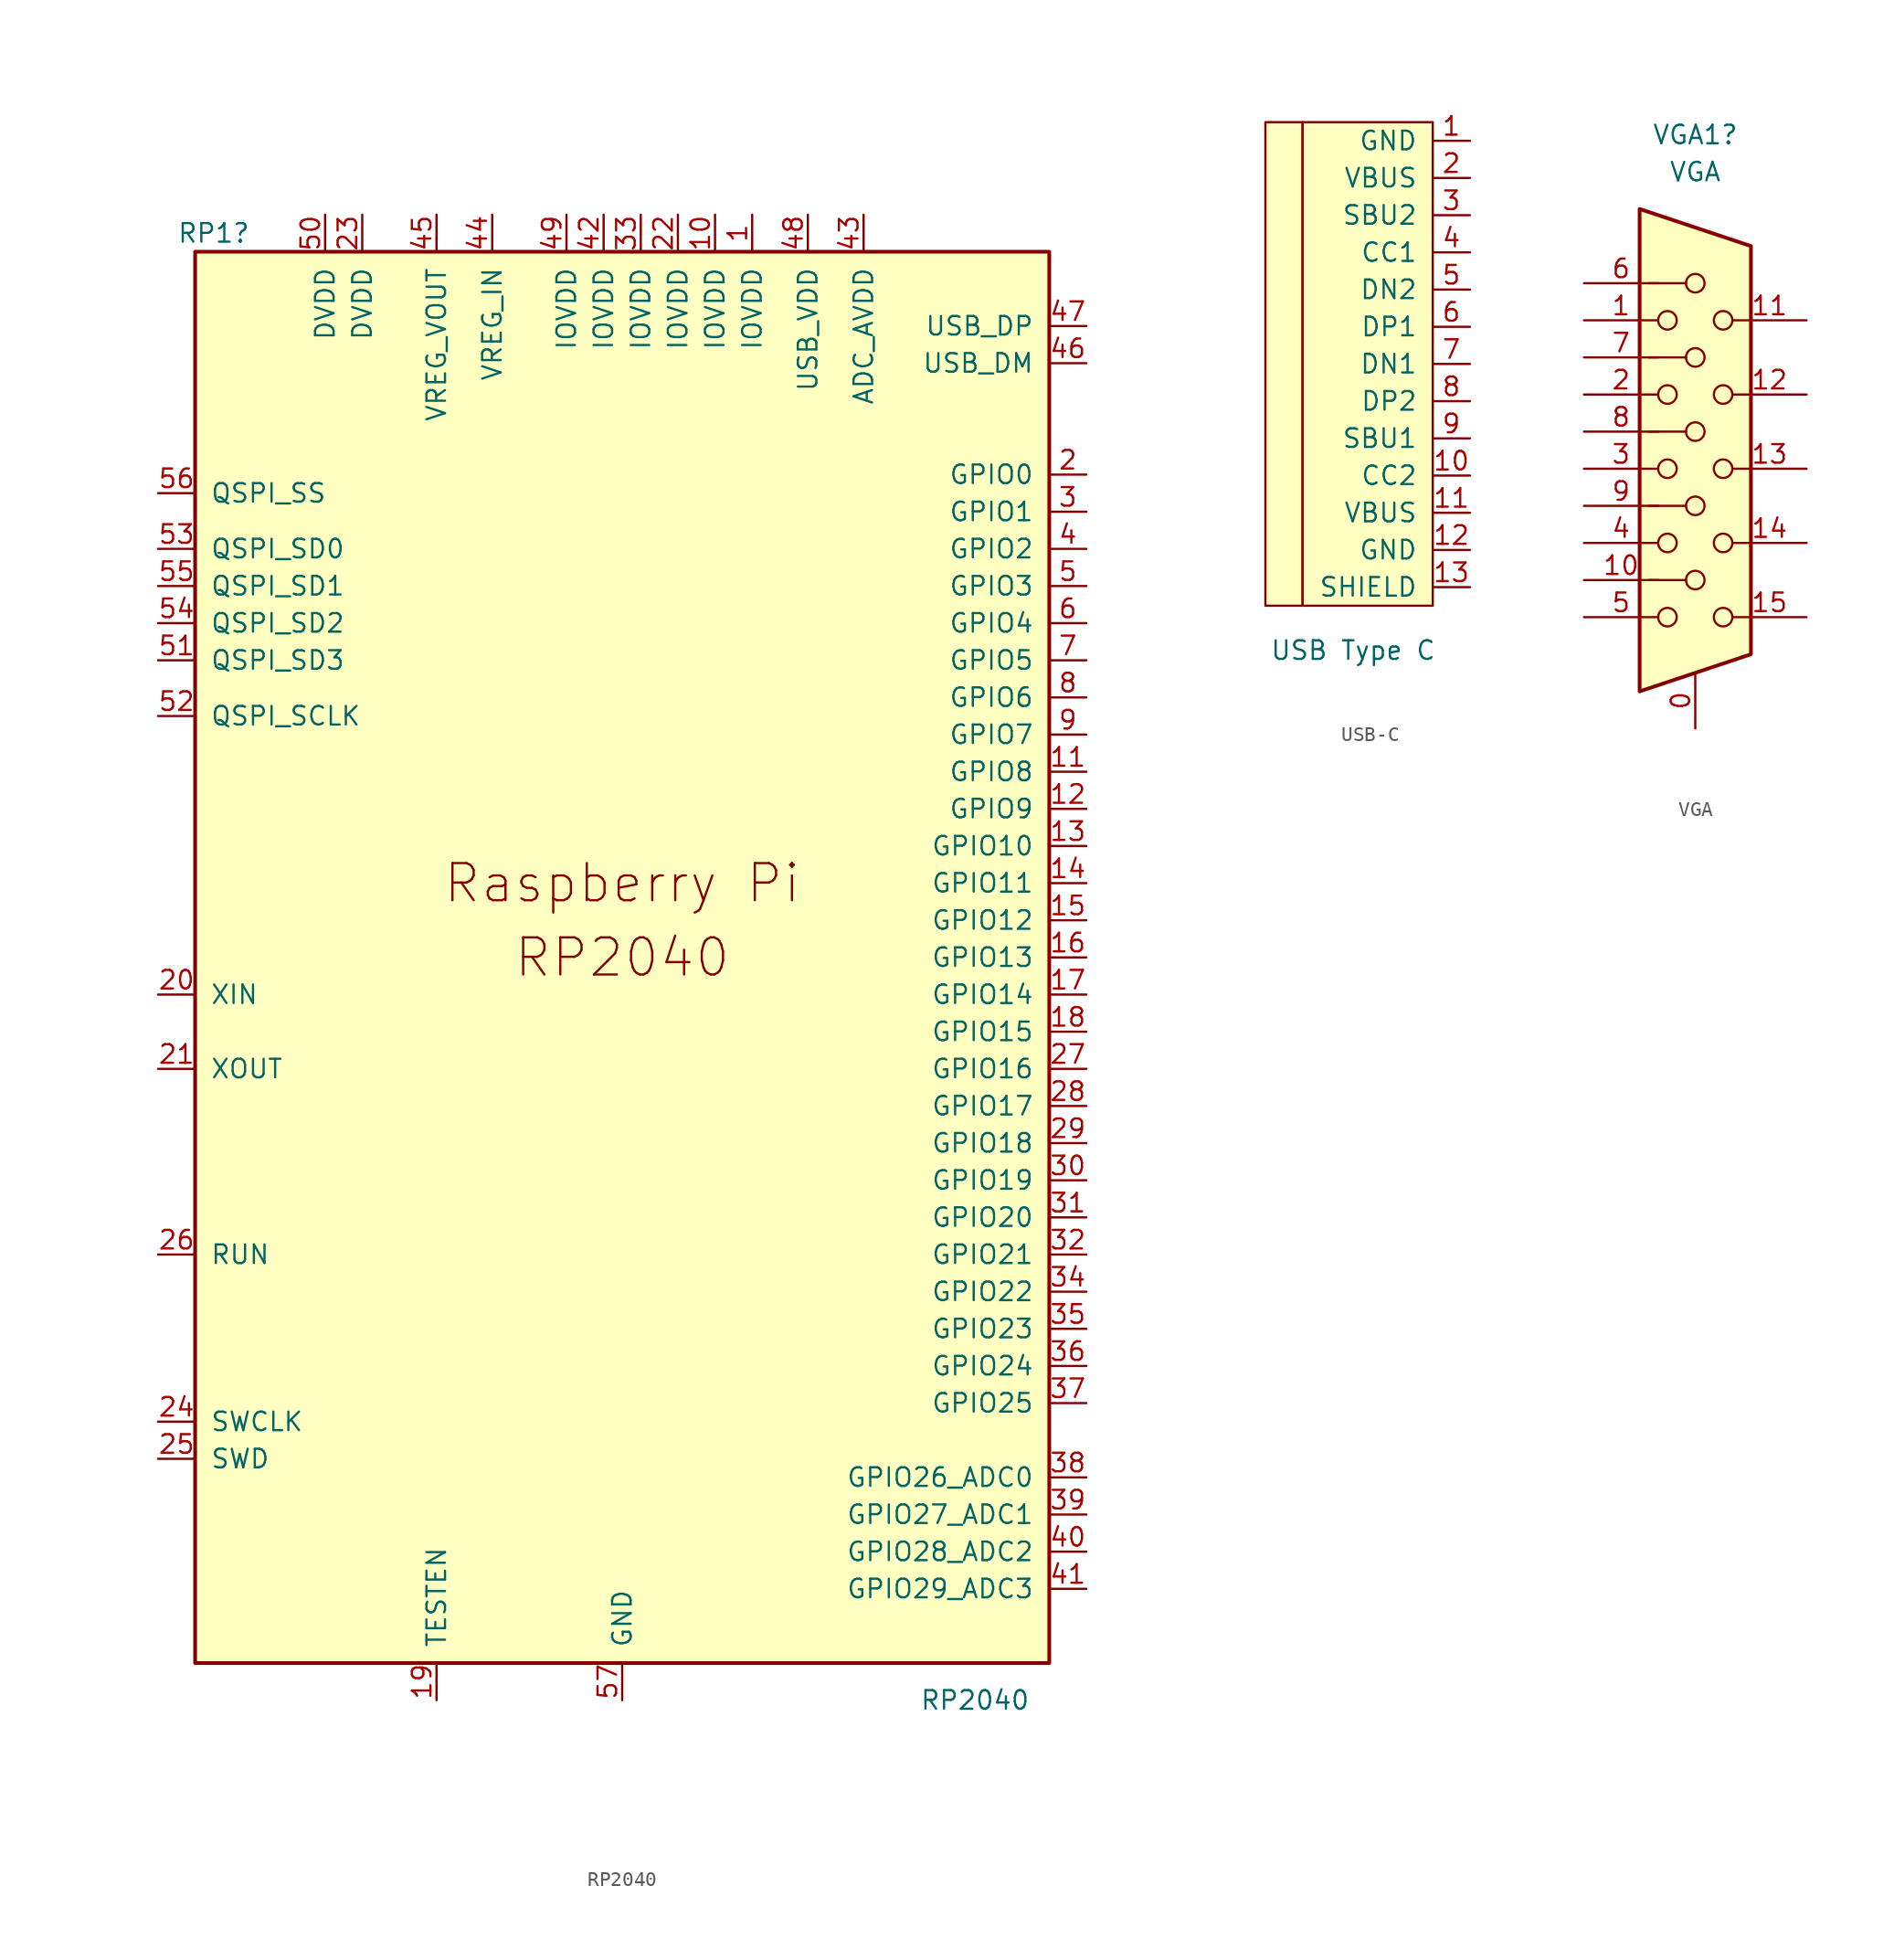
<source format=kicad_sym>
(kicad_symbol_lib
  (version 20241209)
  (generator "kicad_symbol_editor")
  (generator_version "9.0")
  (symbol "RP2040"
    (pin_names
      (offset 1.016))
    (property "Reference" "RP1"
      (at -27.94 49.53 0)
      (effects (font (size 1.27 1.27))))
    (property "Value" "RP2040"
      (at 24.13 -50.8 0)
      (effects (font (size 1.27 1.27))))
    (symbol "RP2040_0_0"
      (text "Raspberry Pi" (at 0 5.08 0) (effects (font (size 2.54 2.54))))
      (text "RP2040" (at 0 0 0) (effects (font (size 2.54 2.54)))))
    (symbol "RP2040_0_1"
      (rectangle (start 29.21 48.26) (end -29.21 -48.26) (stroke (width 0.254) (type solid)) (fill (type background))))
    (symbol "RP2040_1_1"
      (pin bidirectional line (at -31.75 31.75 0) (length 2.54) (name "QSPI_SS" (effects (font (size 1.27 1.27)))) (number "56" (effects (font (size 1.27 1.27)))))
      (pin bidirectional line (at -31.75 27.94 0) (length 2.54) (name "QSPI_SD0" (effects (font (size 1.27 1.27)))) (number "53" (effects (font (size 1.27 1.27)))))
      (pin bidirectional line (at -31.75 25.4 0) (length 2.54) (name "QSPI_SD1" (effects (font (size 1.27 1.27)))) (number "55" (effects (font (size 1.27 1.27)))))
      (pin bidirectional line (at -31.75 22.86 0) (length 2.54) (name "QSPI_SD2" (effects (font (size 1.27 1.27)))) (number "54" (effects (font (size 1.27 1.27)))))
      (pin bidirectional line (at -31.75 20.32 0) (length 2.54) (name "QSPI_SD3" (effects (font (size 1.27 1.27)))) (number "51" (effects (font (size 1.27 1.27)))))
      (pin output line (at -31.75 16.51 0) (length 2.54) (name "QSPI_SCLK" (effects (font (size 1.27 1.27)))) (number "52" (effects (font (size 1.27 1.27)))))
      (pin input line (at -31.75 -2.54 0) (length 2.54) (name "XIN" (effects (font (size 1.27 1.27)))) (number "20" (effects (font (size 1.27 1.27)))))
      (pin passive line (at -31.75 -7.62 0) (length 2.54) (name "XOUT" (effects (font (size 1.27 1.27)))) (number "21" (effects (font (size 1.27 1.27)))))
      (pin input line (at -31.75 -20.32 0) (length 2.54) (name "RUN" (effects (font (size 1.27 1.27)))) (number "26" (effects (font (size 1.27 1.27)))))
      (pin output line (at -31.75 -31.75 0) (length 2.54) (name "SWCLK" (effects (font (size 1.27 1.27)))) (number "24" (effects (font (size 1.27 1.27)))))
      (pin bidirectional line (at -31.75 -34.29 0) (length 2.54) (name "SWD" (effects (font (size 1.27 1.27)))) (number "25" (effects (font (size 1.27 1.27)))))
      (pin power_in line (at -20.32 50.8 270) (length 2.54) (name "DVDD" (effects (font (size 1.27 1.27)))) (number "50" (effects (font (size 1.27 1.27)))))
      (pin power_in line (at -17.78 50.8 270) (length 2.54) (name "DVDD" (effects (font (size 1.27 1.27)))) (number "23" (effects (font (size 1.27 1.27)))))
      (pin power_out line (at -12.7 50.8 270) (length 2.54) (name "VREG_VOUT" (effects (font (size 1.27 1.27)))) (number "45" (effects (font (size 1.27 1.27)))))
      (pin passive line (at -12.7 -50.8 90) (length 2.54) (name "TESTEN" (effects (font (size 1.27 1.27)))) (number "19" (effects (font (size 1.27 1.27)))))
      (pin power_in line (at -8.89 50.8 270) (length 2.54) (name "VREG_IN" (effects (font (size 1.27 1.27)))) (number "44" (effects (font (size 1.27 1.27)))))
      (pin power_in line (at -3.81 50.8 270) (length 2.54) (name "IOVDD" (effects (font (size 1.27 1.27)))) (number "49" (effects (font (size 1.27 1.27)))))
      (pin power_in line (at -1.27 50.8 270) (length 2.54) (name "IOVDD" (effects (font (size 1.27 1.27)))) (number "42" (effects (font (size 1.27 1.27)))))
      (pin power_in line (at 0 -50.8 90) (length 2.54) (name "GND" (effects (font (size 1.27 1.27)))) (number "57" (effects (font (size 1.27 1.27)))))
      (pin power_in line (at 1.27 50.8 270) (length 2.54) (name "IOVDD" (effects (font (size 1.27 1.27)))) (number "33" (effects (font (size 1.27 1.27)))))
      (pin power_in line (at 3.81 50.8 270) (length 2.54) (name "IOVDD" (effects (font (size 1.27 1.27)))) (number "22" (effects (font (size 1.27 1.27)))))
      (pin power_in line (at 6.35 50.8 270) (length 2.54) (name "IOVDD" (effects (font (size 1.27 1.27)))) (number "10" (effects (font (size 1.27 1.27)))))
      (pin power_in line (at 8.89 50.8 270) (length 2.54) (name "IOVDD" (effects (font (size 1.27 1.27)))) (number "1" (effects (font (size 1.27 1.27)))))
      (pin power_in line (at 12.7 50.8 270) (length 2.54) (name "USB_VDD" (effects (font (size 1.27 1.27)))) (number "48" (effects (font (size 1.27 1.27)))))
      (pin power_in line (at 16.51 50.8 270) (length 2.54) (name "ADC_AVDD" (effects (font (size 1.27 1.27)))) (number "43" (effects (font (size 1.27 1.27)))))
      (pin bidirectional line (at 31.75 43.18 180) (length 2.54) (name "USB_DP" (effects (font (size 1.27 1.27)))) (number "47" (effects (font (size 1.27 1.27)))))
      (pin bidirectional line (at 31.75 40.64 180) (length 2.54) (name "USB_DM" (effects (font (size 1.27 1.27)))) (number "46" (effects (font (size 1.27 1.27)))))
      (pin bidirectional line (at 31.75 33.02 180) (length 2.54) (name "GPIO0" (effects (font (size 1.27 1.27)))) (number "2" (effects (font (size 1.27 1.27)))))
      (pin bidirectional line (at 31.75 30.48 180) (length 2.54) (name "GPIO1" (effects (font (size 1.27 1.27)))) (number "3" (effects (font (size 1.27 1.27)))))
      (pin bidirectional line (at 31.75 27.94 180) (length 2.54) (name "GPIO2" (effects (font (size 1.27 1.27)))) (number "4" (effects (font (size 1.27 1.27)))))
      (pin bidirectional line (at 31.75 25.4 180) (length 2.54) (name "GPIO3" (effects (font (size 1.27 1.27)))) (number "5" (effects (font (size 1.27 1.27)))))
      (pin bidirectional line (at 31.75 22.86 180) (length 2.54) (name "GPIO4" (effects (font (size 1.27 1.27)))) (number "6" (effects (font (size 1.27 1.27)))))
      (pin bidirectional line (at 31.75 20.32 180) (length 2.54) (name "GPIO5" (effects (font (size 1.27 1.27)))) (number "7" (effects (font (size 1.27 1.27)))))
      (pin bidirectional line (at 31.75 17.78 180) (length 2.54) (name "GPIO6" (effects (font (size 1.27 1.27)))) (number "8" (effects (font (size 1.27 1.27)))))
      (pin bidirectional line (at 31.75 15.24 180) (length 2.54) (name "GPIO7" (effects (font (size 1.27 1.27)))) (number "9" (effects (font (size 1.27 1.27)))))
      (pin bidirectional line (at 31.75 12.7 180) (length 2.54) (name "GPIO8" (effects (font (size 1.27 1.27)))) (number "11" (effects (font (size 1.27 1.27)))))
      (pin bidirectional line (at 31.75 10.16 180) (length 2.54) (name "GPIO9" (effects (font (size 1.27 1.27)))) (number "12" (effects (font (size 1.27 1.27)))))
      (pin bidirectional line (at 31.75 7.62 180) (length 2.54) (name "GPIO10" (effects (font (size 1.27 1.27)))) (number "13" (effects (font (size 1.27 1.27)))))
      (pin bidirectional line (at 31.75 5.08 180) (length 2.54) (name "GPIO11" (effects (font (size 1.27 1.27)))) (number "14" (effects (font (size 1.27 1.27)))))
      (pin bidirectional line (at 31.75 2.54 180) (length 2.54) (name "GPIO12" (effects (font (size 1.27 1.27)))) (number "15" (effects (font (size 1.27 1.27)))))
      (pin bidirectional line (at 31.75 0 180) (length 2.54) (name "GPIO13" (effects (font (size 1.27 1.27)))) (number "16" (effects (font (size 1.27 1.27)))))
      (pin bidirectional line (at 31.75 -2.54 180) (length 2.54) (name "GPIO14" (effects (font (size 1.27 1.27)))) (number "17" (effects (font (size 1.27 1.27)))))
      (pin bidirectional line (at 31.75 -5.08 180) (length 2.54) (name "GPIO15" (effects (font (size 1.27 1.27)))) (number "18" (effects (font (size 1.27 1.27)))))
      (pin bidirectional line (at 31.75 -7.62 180) (length 2.54) (name "GPIO16" (effects (font (size 1.27 1.27)))) (number "27" (effects (font (size 1.27 1.27)))))
      (pin bidirectional line (at 31.75 -10.16 180) (length 2.54) (name "GPIO17" (effects (font (size 1.27 1.27)))) (number "28" (effects (font (size 1.27 1.27)))))
      (pin bidirectional line (at 31.75 -12.7 180) (length 2.54) (name "GPIO18" (effects (font (size 1.27 1.27)))) (number "29" (effects (font (size 1.27 1.27)))))
      (pin bidirectional line (at 31.75 -15.24 180) (length 2.54) (name "GPIO19" (effects (font (size 1.27 1.27)))) (number "30" (effects (font (size 1.27 1.27)))))
      (pin bidirectional line (at 31.75 -17.78 180) (length 2.54) (name "GPIO20" (effects (font (size 1.27 1.27)))) (number "31" (effects (font (size 1.27 1.27)))))
      (pin bidirectional line (at 31.75 -20.32 180) (length 2.54) (name "GPIO21" (effects (font (size 1.27 1.27)))) (number "32" (effects (font (size 1.27 1.27)))))
      (pin bidirectional line (at 31.75 -22.86 180) (length 2.54) (name "GPIO22" (effects (font (size 1.27 1.27)))) (number "34" (effects (font (size 1.27 1.27)))))
      (pin bidirectional line (at 31.75 -25.4 180) (length 2.54) (name "GPIO23" (effects (font (size 1.27 1.27)))) (number "35" (effects (font (size 1.27 1.27)))))
      (pin bidirectional line (at 31.75 -27.94 180) (length 2.54) (name "GPIO24" (effects (font (size 1.27 1.27)))) (number "36" (effects (font (size 1.27 1.27)))))
      (pin bidirectional line (at 31.75 -30.48 180) (length 2.54) (name "GPIO25" (effects (font (size 1.27 1.27)))) (number "37" (effects (font (size 1.27 1.27)))))
      (pin bidirectional line (at 31.75 -35.56 180) (length 2.54) (name "GPIO26_ADC0" (effects (font (size 1.27 1.27)))) (number "38" (effects (font (size 1.27 1.27)))))
      (pin bidirectional line (at 31.75 -38.1 180) (length 2.54) (name "GPIO27_ADC1" (effects (font (size 1.27 1.27)))) (number "39" (effects (font (size 1.27 1.27)))))
      (pin bidirectional line (at 31.75 -40.64 180) (length 2.54) (name "GPIO28_ADC2" (effects (font (size 1.27 1.27)))) (number "40" (effects (font (size 1.27 1.27)))))
      (pin bidirectional line (at 31.75 -43.18 180) (length 2.54) (name "GPIO29_ADC3" (effects (font (size 1.27 1.27)))) (number "41" (effects (font (size 1.27 1.27)))))))
  (symbol "USB-C"
    (pin_names
      (offset 1.016))
    (property "Reference" "USB1"
      (at -6.35 10.16 0)
      (effects (font (size 1.27 1.27)) (justify right) (hide yes)))
    (property "Value" "USB Type C"
      (at 0.254 -20.828 0)
      (effects (font (size 1.27 1.27)) (justify right)))
    (symbol "USB-C_0_1"
      (rectangle (start -11.43 15.24) (end -8.89 -17.78) (stroke (width 0) (type default)) (fill (type background)))
      (rectangle (start 0 -17.78) (end -8.89 15.24) (stroke (width 0) (type default)) (fill (type background))))
    (symbol "USB-C_1_1"
      (pin input line (at 2.54 13.97 180) (length 2.54) (name "GND" (effects (font (size 1.27 1.27)))) (number "1" (effects (font (size 1.27 1.27)))))
      (pin input line (at 2.54 11.43 180) (length 2.54) (name "VBUS" (effects (font (size 1.27 1.27)))) (number "2" (effects (font (size 1.27 1.27)))))
      (pin input line (at 2.54 8.89 180) (length 2.54) (name "SBU2" (effects (font (size 1.27 1.27)))) (number "3" (effects (font (size 1.27 1.27)))))
      (pin input line (at 2.54 6.35 180) (length 2.54) (name "CC1" (effects (font (size 1.27 1.27)))) (number "4" (effects (font (size 1.27 1.27)))))
      (pin input line (at 2.54 3.81 180) (length 2.54) (name "DN2" (effects (font (size 1.27 1.27)))) (number "5" (effects (font (size 1.27 1.27)))))
      (pin input line (at 2.54 1.27 180) (length 2.54) (name "DP1" (effects (font (size 1.27 1.27)))) (number "6" (effects (font (size 1.27 1.27)))))
      (pin input line (at 2.54 -1.27 180) (length 2.54) (name "DN1" (effects (font (size 1.27 1.27)))) (number "7" (effects (font (size 1.27 1.27)))))
      (pin input line (at 2.54 -3.81 180) (length 2.54) (name "DP2" (effects (font (size 1.27 1.27)))) (number "8" (effects (font (size 1.27 1.27)))))
      (pin input line (at 2.54 -6.35 180) (length 2.54) (name "SBU1" (effects (font (size 1.27 1.27)))) (number "9" (effects (font (size 1.27 1.27)))))
      (pin input line (at 2.54 -8.89 180) (length 2.54) (name "CC2" (effects (font (size 1.27 1.27)))) (number "10" (effects (font (size 1.27 1.27)))))
      (pin input line (at 2.54 -11.43 180) (length 2.54) (name "VBUS" (effects (font (size 1.27 1.27)))) (number "11" (effects (font (size 1.27 1.27)))))
      (pin input line (at 2.54 -13.97 180) (length 2.54) (name "GND" (effects (font (size 1.27 1.27)))) (number "12" (effects (font (size 1.27 1.27)))))
      (pin input line (at 2.54 -16.51 180) (length 2.54) (name "SHIELD" (effects (font (size 1.27 1.27)))) (number "13" (effects (font (size 1.27 1.27)))))))
  (symbol "VGA"
    (pin_names
      (offset 1.016)
      (hide yes))
    (property "Reference" "VGA1"
      (at 0 22.86 0)
      (effects (font (size 1.27 1.27))))
    (property "Value" "VGA"
      (at 0 20.32 0)
      (effects (font (size 1.27 1.27))))
    (symbol "VGA_0_1"
      (polyline (pts (xy -3.81 17.78) (xy -3.81 -15.24) (xy 3.81 -12.7) (xy 3.81 15.24) (xy -3.81 17.78)) (stroke (width 0.254) (type default)) (fill (type background)))
      (polyline (pts (xy -3.175 7.62) (xy -0.635 7.62)) (stroke (width 0) (type default)) (fill (type none)))
      (circle (center -1.905 10.16) (radius 0.635) (stroke (width 0) (type default)) (fill (type none)))
      (circle (center -1.905 5.08) (radius 0.635) (stroke (width 0) (type default)) (fill (type none)))
      (circle (center -1.905 0) (radius 0.635) (stroke (width 0) (type default)) (fill (type none)))
      (circle (center -1.905 -5.08) (radius 0.635) (stroke (width 0) (type default)) (fill (type none)))
      (circle (center -1.905 -10.16) (radius 0.635) (stroke (width 0) (type default)) (fill (type none)))
      (polyline (pts (xy -0.635 12.7) (xy -3.175 12.7)) (stroke (width 0) (type default)) (fill (type none)))
      (polyline (pts (xy -0.635 2.54) (xy -3.175 2.54)) (stroke (width 0) (type default)) (fill (type none)))
      (polyline (pts (xy -0.635 -2.54) (xy -3.175 -2.54)) (stroke (width 0) (type default)) (fill (type none)))
      (polyline (pts (xy -0.635 -7.62) (xy -3.175 -7.62)) (stroke (width 0) (type default)) (fill (type none)))
      (circle (center 0 12.7) (radius 0.635) (stroke (width 0) (type default)) (fill (type none)))
      (circle (center 0 7.62) (radius 0.635) (stroke (width 0) (type default)) (fill (type none)))
      (circle (center 0 2.54) (radius 0.635) (stroke (width 0) (type default)) (fill (type none)))
      (circle (center 0 -2.54) (radius 0.635) (stroke (width 0) (type default)) (fill (type none)))
      (circle (center 0 -7.62) (radius 0.635) (stroke (width 0) (type default)) (fill (type none)))
      (circle (center 1.905 10.16) (radius 0.635) (stroke (width 0) (type default)) (fill (type none)))
      (circle (center 1.905 5.08) (radius 0.635) (stroke (width 0) (type default)) (fill (type none)))
      (circle (center 1.905 0) (radius 0.635) (stroke (width 0) (type default)) (fill (type none)))
      (circle (center 1.905 -5.08) (radius 0.635) (stroke (width 0) (type default)) (fill (type none)))
      (circle (center 1.905 -10.16) (radius 0.635) (stroke (width 0) (type default)) (fill (type none))))
    (symbol "VGA_1_1"
      (pin passive line (at -7.62 12.7 0) (length 5.08) (name "~" (effects (font (size 1.27 1.27)))) (number "6" (effects (font (size 1.27 1.27)))))
      (pin passive line (at -7.62 10.16 0) (length 5.08) (name "~" (effects (font (size 1.27 1.27)))) (number "1" (effects (font (size 1.27 1.27)))))
      (pin passive line (at -7.62 7.62 0) (length 5.08) (name "~" (effects (font (size 1.27 1.27)))) (number "7" (effects (font (size 1.27 1.27)))))
      (pin passive line (at -7.62 5.08 0) (length 5.08) (name "~" (effects (font (size 1.27 1.27)))) (number "2" (effects (font (size 1.27 1.27)))))
      (pin passive line (at -7.62 2.54 0) (length 5.08) (name "~" (effects (font (size 1.27 1.27)))) (number "8" (effects (font (size 1.27 1.27)))))
      (pin passive line (at -7.62 0 0) (length 5.08) (name "~" (effects (font (size 1.27 1.27)))) (number "3" (effects (font (size 1.27 1.27)))))
      (pin passive line (at -7.62 -2.54 0) (length 5.08) (name "~" (effects (font (size 1.27 1.27)))) (number "9" (effects (font (size 1.27 1.27)))))
      (pin passive line (at -7.62 -5.08 0) (length 5.08) (name "~" (effects (font (size 1.27 1.27)))) (number "4" (effects (font (size 1.27 1.27)))))
      (pin passive line (at -7.62 -7.62 0) (length 5.08) (name "~" (effects (font (size 1.27 1.27)))) (number "10" (effects (font (size 1.27 1.27)))))
      (pin passive line (at -7.62 -10.16 0) (length 5.08) (name "~" (effects (font (size 1.27 1.27)))) (number "5" (effects (font (size 1.27 1.27)))))
      (pin passive line (at 0 -17.78 90) (length 3.81) (name "~" (effects (font (size 1.27 1.27)))) (number "0" (effects (font (size 1.27 1.27)))))
      (pin passive line (at 7.62 10.16 180) (length 5.08) (name "~" (effects (font (size 1.27 1.27)))) (number "11" (effects (font (size 1.27 1.27)))))
      (pin passive line (at 7.62 5.08 180) (length 5.08) (name "~" (effects (font (size 1.27 1.27)))) (number "12" (effects (font (size 1.27 1.27)))))
      (pin passive line (at 7.62 0 180) (length 5.08) (name "~" (effects (font (size 1.27 1.27)))) (number "13" (effects (font (size 1.27 1.27)))))
      (pin passive line (at 7.62 -5.08 180) (length 5.08) (name "~" (effects (font (size 1.27 1.27)))) (number "14" (effects (font (size 1.27 1.27)))))
      (pin passive line (at 7.62 -10.16 180) (length 5.08) (name "~" (effects (font (size 1.27 1.27)))) (number "15" (effects (font (size 1.27 1.27))))))))
</source>
